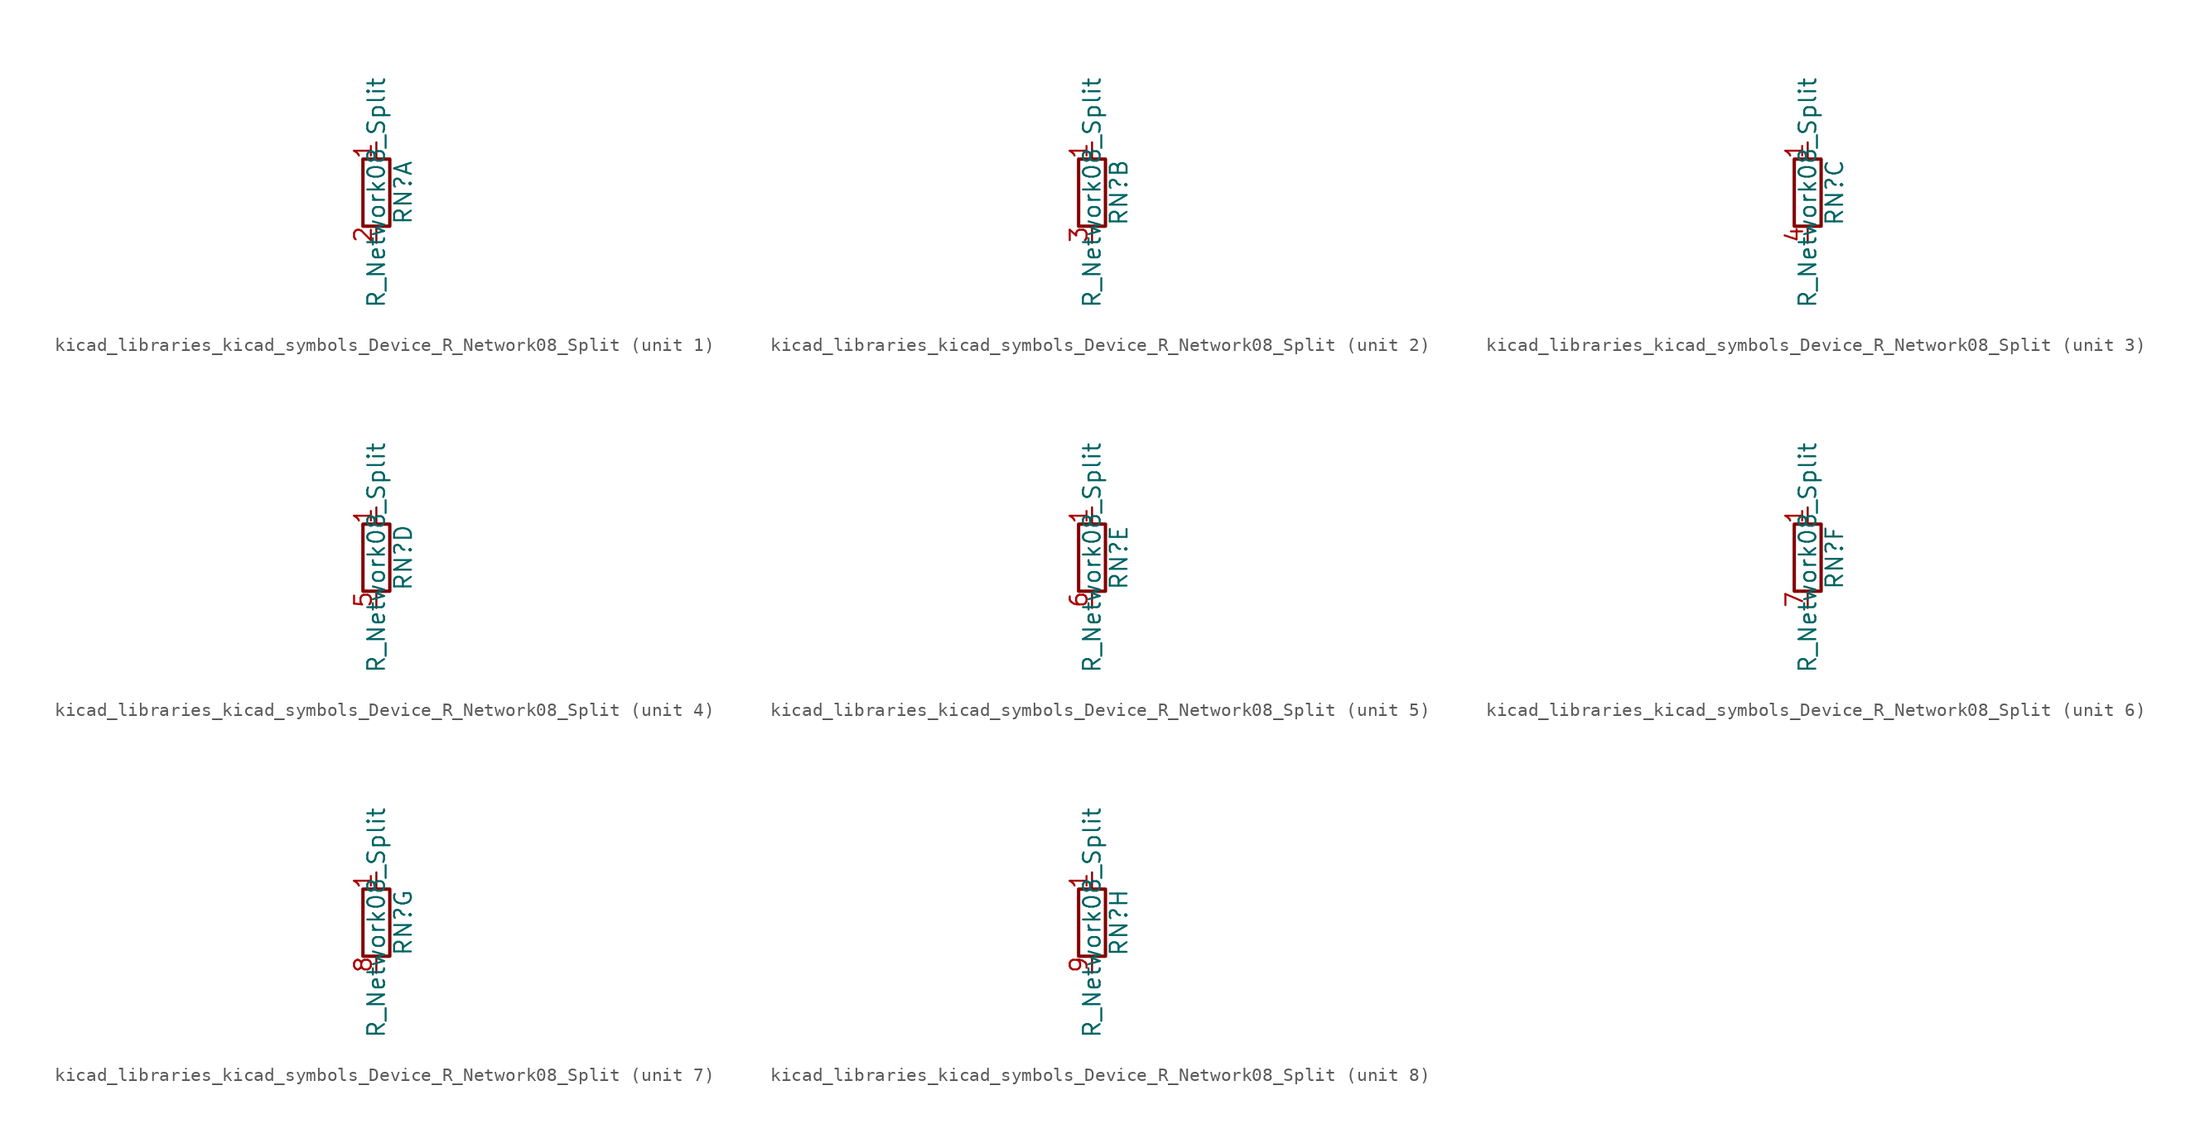
<source format=kicad_sym>
(kicad_symbol_lib
  (version 20220914)
  (generator kicad_symbol_editor)
  (symbol "kicad_libraries_kicad_symbols_Device_R_Network08_Split"
    (pin_names
      (offset 0) hide)
    (property "Reference" "RN"
      (at 2.032 0 90)
      (effects (font (size 1.27 1.27))))
    (property "Value" "R_Network08_Split"
      (at 0 0 90)
      (effects (font (size 1.27 1.27))))
    (symbol "kicad_libraries_kicad_symbols_Device_R_Network08_Split_0_1"
      (rectangle (start 1.016 2.54) (end -1.016 -2.54) (stroke (width 0.254) (type default)) (fill (type none)))
      (pin passive line (at 0 3.81 270) (length 1.27) (name "R1" (effects (font (size 1.27 1.27)))) (number "1" (effects (font (size 1.27 1.27))))))
    (symbol "kicad_libraries_kicad_symbols_Device_R_Network08_Split_1_1"
      (pin passive line (at 0 -3.81 90) (length 1.27) (name "R1.2" (effects (font (size 1.27 1.27)))) (number "2" (effects (font (size 1.27 1.27))))))
    (symbol "kicad_libraries_kicad_symbols_Device_R_Network08_Split_2_1"
      (pin passive line (at 0 -3.81 90) (length 1.27) (name "R2.2" (effects (font (size 1.27 1.27)))) (number "3" (effects (font (size 1.27 1.27))))))
    (symbol "kicad_libraries_kicad_symbols_Device_R_Network08_Split_3_1"
      (pin passive line (at 0 -3.81 90) (length 1.27) (name "R3.2" (effects (font (size 1.27 1.27)))) (number "4" (effects (font (size 1.27 1.27))))))
    (symbol "kicad_libraries_kicad_symbols_Device_R_Network08_Split_4_1"
      (pin passive line (at 0 -3.81 90) (length 1.27) (name "R4.2" (effects (font (size 1.27 1.27)))) (number "5" (effects (font (size 1.27 1.27))))))
    (symbol "kicad_libraries_kicad_symbols_Device_R_Network08_Split_5_1"
      (pin passive line (at 0 -3.81 90) (length 1.27) (name "R5.2" (effects (font (size 1.27 1.27)))) (number "6" (effects (font (size 1.27 1.27))))))
    (symbol "kicad_libraries_kicad_symbols_Device_R_Network08_Split_6_1"
      (pin passive line (at 0 -3.81 90) (length 1.27) (name "R6.2" (effects (font (size 1.27 1.27)))) (number "7" (effects (font (size 1.27 1.27))))))
    (symbol "kicad_libraries_kicad_symbols_Device_R_Network08_Split_7_1"
      (pin passive line (at 0 -3.81 90) (length 1.27) (name "R7.2" (effects (font (size 1.27 1.27)))) (number "8" (effects (font (size 1.27 1.27))))))
    (symbol "kicad_libraries_kicad_symbols_Device_R_Network08_Split_8_1"
      (pin passive line (at 0 -3.81 90) (length 1.27) (name "R8.2" (effects (font (size 1.27 1.27)))) (number "9" (effects (font (size 1.27 1.27))))))))
</source>
